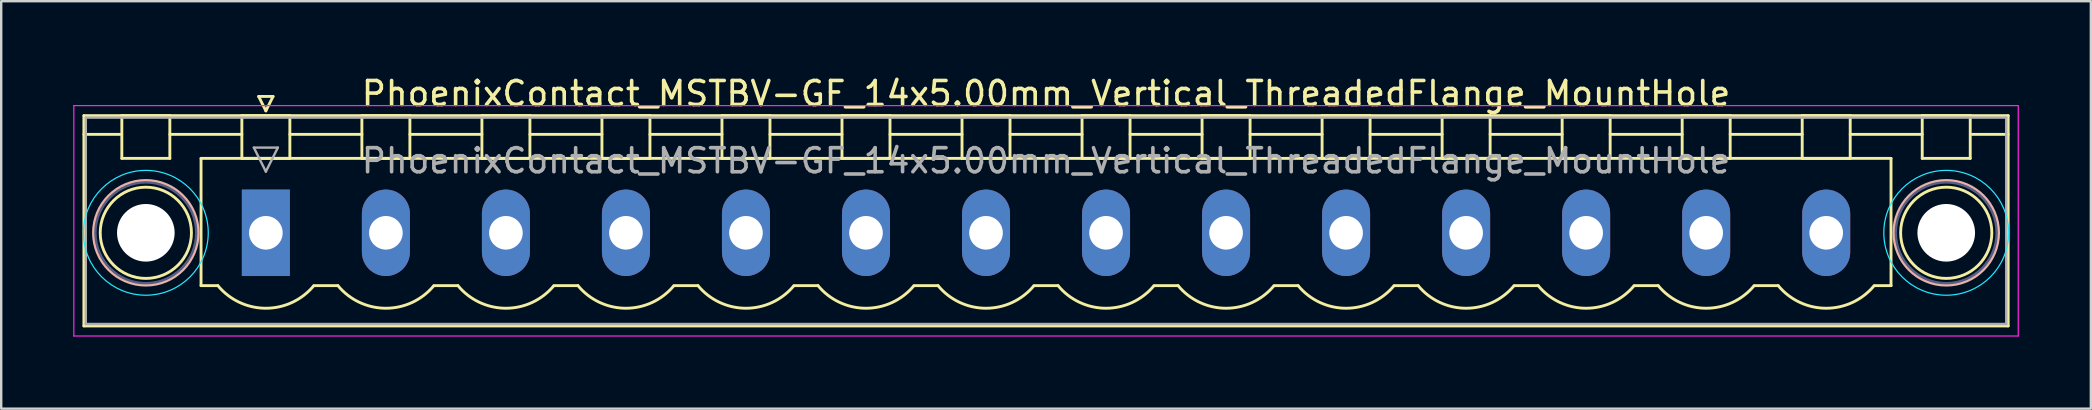
<source format=kicad_pcb>
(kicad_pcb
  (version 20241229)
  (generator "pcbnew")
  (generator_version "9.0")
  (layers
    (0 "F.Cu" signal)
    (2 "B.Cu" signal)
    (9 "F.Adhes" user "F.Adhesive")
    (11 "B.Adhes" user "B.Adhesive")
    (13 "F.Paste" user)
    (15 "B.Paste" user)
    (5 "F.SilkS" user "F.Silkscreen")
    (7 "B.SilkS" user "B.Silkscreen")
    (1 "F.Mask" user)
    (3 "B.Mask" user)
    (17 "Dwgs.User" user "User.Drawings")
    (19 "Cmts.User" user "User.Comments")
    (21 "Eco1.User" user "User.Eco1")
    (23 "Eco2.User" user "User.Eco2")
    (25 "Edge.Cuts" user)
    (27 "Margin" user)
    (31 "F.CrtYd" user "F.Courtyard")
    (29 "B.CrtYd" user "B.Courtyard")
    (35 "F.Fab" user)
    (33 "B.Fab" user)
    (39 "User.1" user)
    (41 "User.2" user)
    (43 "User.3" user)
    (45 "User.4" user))
  (footprint "PhoenixContact_MSTBV-GF_14x5.00mm_Vertical_ThreadedFlange_MountHole"
    (layer "F.Cu")
    (at 8.025 6.648)
    (property "Reference" "PhoenixContact_MSTBV-GF_14x5.00mm_Vertical_ThreadedFlange_MountHole" (at 32.5 -5.8 0) (layer "F.SilkS") (effects (font (size 1 1) (thickness 0.15))))
    (attr through_hole)
    (fp_line (start -7.58 -4.88) (end -7.58 3.88) (stroke (width 0.12) (type solid)) (layer "F.SilkS"))
    (fp_line (start -7.58 -4.1) (end -6.08 -4.1) (stroke (width 0.12) (type solid)) (layer "F.SilkS"))
    (fp_line (start -7.58 3.88) (end 72.58 3.88) (stroke (width 0.12) (type solid)) (layer "F.SilkS"))
    (fp_line (start -6 -4.88) (end -4 -4.88) (stroke (width 0.12) (type solid)) (layer "F.SilkS"))
    (fp_line (start -6 -3.1) (end -6 -4.88) (stroke (width 0.12) (type solid)) (layer "F.SilkS"))
    (fp_line (start -4 -4.88) (end -4 -3.1) (stroke (width 0.12) (type solid)) (layer "F.SilkS"))
    (fp_line (start -4 -4.1) (end -1 -4.1) (stroke (width 0.12) (type solid)) (layer "F.SilkS"))
    (fp_line (start -4 -3.1) (end -6 -3.1) (stroke (width 0.12) (type solid)) (layer "F.SilkS"))
    (fp_line (start -2.7 -3.1) (end 67.7 -3.1) (stroke (width 0.12) (type solid)) (layer "F.SilkS"))
    (fp_line (start -2.7 2.2) (end -2.7 -3.1) (stroke (width 0.12) (type solid)) (layer "F.SilkS"))
    (fp_line (start -2 2.2) (end -2.7 2.2) (stroke (width 0.12) (type solid)) (layer "F.SilkS"))
    (fp_line (start -1 -4.88) (end 1 -4.88) (stroke (width 0.12) (type solid)) (layer "F.SilkS"))
    (fp_line (start -1 -3.1) (end -1 -4.88) (stroke (width 0.12) (type solid)) (layer "F.SilkS"))
    (fp_line (start -0.3 -5.68) (end 0.3 -5.68) (stroke (width 0.12) (type solid)) (layer "F.SilkS"))
    (fp_line (start 0 -5.08) (end -0.3 -5.68) (stroke (width 0.12) (type solid)) (layer "F.SilkS"))
    (fp_line (start 0.3 -5.68) (end 0 -5.08) (stroke (width 0.12) (type solid)) (layer "F.SilkS"))
    (fp_line (start 1 -4.88) (end 1 -3.1) (stroke (width 0.12) (type solid)) (layer "F.SilkS"))
    (fp_line (start 1 -4.1) (end 4 -4.1) (stroke (width 0.12) (type solid)) (layer "F.SilkS"))
    (fp_line (start 1 -3.1) (end -1 -3.1) (stroke (width 0.12) (type solid)) (layer "F.SilkS"))
    (fp_line (start 2 2.2) (end 3 2.2) (stroke (width 0.12) (type solid)) (layer "F.SilkS"))
    (fp_line (start 4 -4.88) (end 6 -4.88) (stroke (width 0.12) (type solid)) (layer "F.SilkS"))
    (fp_line (start 4 -3.1) (end 4 -4.88) (stroke (width 0.12) (type solid)) (layer "F.SilkS"))
    (fp_line (start 6 -4.88) (end 6 -3.1) (stroke (width 0.12) (type solid)) (layer "F.SilkS"))
    (fp_line (start 6 -4.1) (end 9 -4.1) (stroke (width 0.12) (type solid)) (layer "F.SilkS"))
    (fp_line (start 6 -3.1) (end 4 -3.1) (stroke (width 0.12) (type solid)) (layer "F.SilkS"))
    (fp_line (start 7 2.2) (end 8 2.2) (stroke (width 0.12) (type solid)) (layer "F.SilkS"))
    (fp_line (start 9 -4.88) (end 11 -4.88) (stroke (width 0.12) (type solid)) (layer "F.SilkS"))
    (fp_line (start 9 -3.1) (end 9 -4.88) (stroke (width 0.12) (type solid)) (layer "F.SilkS"))
    (fp_line (start 11 -4.88) (end 11 -3.1) (stroke (width 0.12) (type solid)) (layer "F.SilkS"))
    (fp_line (start 11 -4.1) (end 14 -4.1) (stroke (width 0.12) (type solid)) (layer "F.SilkS"))
    (fp_line (start 11 -3.1) (end 9 -3.1) (stroke (width 0.12) (type solid)) (layer "F.SilkS"))
    (fp_line (start 12 2.2) (end 13 2.2) (stroke (width 0.12) (type solid)) (layer "F.SilkS"))
    (fp_line (start 14 -4.88) (end 16 -4.88) (stroke (width 0.12) (type solid)) (layer "F.SilkS"))
    (fp_line (start 14 -3.1) (end 14 -4.88) (stroke (width 0.12) (type solid)) (layer "F.SilkS"))
    (fp_line (start 16 -4.88) (end 16 -3.1) (stroke (width 0.12) (type solid)) (layer "F.SilkS"))
    (fp_line (start 16 -4.1) (end 19 -4.1) (stroke (width 0.12) (type solid)) (layer "F.SilkS"))
    (fp_line (start 16 -3.1) (end 14 -3.1) (stroke (width 0.12) (type solid)) (layer "F.SilkS"))
    (fp_line (start 17 2.2) (end 18 2.2) (stroke (width 0.12) (type solid)) (layer "F.SilkS"))
    (fp_line (start 19 -4.88) (end 21 -4.88) (stroke (width 0.12) (type solid)) (layer "F.SilkS"))
    (fp_line (start 19 -3.1) (end 19 -4.88) (stroke (width 0.12) (type solid)) (layer "F.SilkS"))
    (fp_line (start 21 -4.88) (end 21 -3.1) (stroke (width 0.12) (type solid)) (layer "F.SilkS"))
    (fp_line (start 21 -4.1) (end 24 -4.1) (stroke (width 0.12) (type solid)) (layer "F.SilkS"))
    (fp_line (start 21 -3.1) (end 19 -3.1) (stroke (width 0.12) (type solid)) (layer "F.SilkS"))
    (fp_line (start 22 2.2) (end 23 2.2) (stroke (width 0.12) (type solid)) (layer "F.SilkS"))
    (fp_line (start 24 -4.88) (end 26 -4.88) (stroke (width 0.12) (type solid)) (layer "F.SilkS"))
    (fp_line (start 24 -3.1) (end 24 -4.88) (stroke (width 0.12) (type solid)) (layer "F.SilkS"))
    (fp_line (start 26 -4.88) (end 26 -3.1) (stroke (width 0.12) (type solid)) (layer "F.SilkS"))
    (fp_line (start 26 -4.1) (end 29 -4.1) (stroke (width 0.12) (type solid)) (layer "F.SilkS"))
    (fp_line (start 26 -3.1) (end 24 -3.1) (stroke (width 0.12) (type solid)) (layer "F.SilkS"))
    (fp_line (start 27 2.2) (end 28 2.2) (stroke (width 0.12) (type solid)) (layer "F.SilkS"))
    (fp_line (start 29 -4.88) (end 31 -4.88) (stroke (width 0.12) (type solid)) (layer "F.SilkS"))
    (fp_line (start 29 -3.1) (end 29 -4.88) (stroke (width 0.12) (type solid)) (layer "F.SilkS"))
    (fp_line (start 31 -4.88) (end 31 -3.1) (stroke (width 0.12) (type solid)) (layer "F.SilkS"))
    (fp_line (start 31 -4.1) (end 34 -4.1) (stroke (width 0.12) (type solid)) (layer "F.SilkS"))
    (fp_line (start 31 -3.1) (end 29 -3.1) (stroke (width 0.12) (type solid)) (layer "F.SilkS"))
    (fp_line (start 32 2.2) (end 33 2.2) (stroke (width 0.12) (type solid)) (layer "F.SilkS"))
    (fp_line (start 34 -4.88) (end 36 -4.88) (stroke (width 0.12) (type solid)) (layer "F.SilkS"))
    (fp_line (start 34 -3.1) (end 34 -4.88) (stroke (width 0.12) (type solid)) (layer "F.SilkS"))
    (fp_line (start 36 -4.88) (end 36 -3.1) (stroke (width 0.12) (type solid)) (layer "F.SilkS"))
    (fp_line (start 36 -4.1) (end 39 -4.1) (stroke (width 0.12) (type solid)) (layer "F.SilkS"))
    (fp_line (start 36 -3.1) (end 34 -3.1) (stroke (width 0.12) (type solid)) (layer "F.SilkS"))
    (fp_line (start 37 2.2) (end 38 2.2) (stroke (width 0.12) (type solid)) (layer "F.SilkS"))
    (fp_line (start 39 -4.88) (end 41 -4.88) (stroke (width 0.12) (type solid)) (layer "F.SilkS"))
    (fp_line (start 39 -3.1) (end 39 -4.88) (stroke (width 0.12) (type solid)) (layer "F.SilkS"))
    (fp_line (start 41 -4.88) (end 41 -3.1) (stroke (width 0.12) (type solid)) (layer "F.SilkS"))
    (fp_line (start 41 -4.1) (end 44 -4.1) (stroke (width 0.12) (type solid)) (layer "F.SilkS"))
    (fp_line (start 41 -3.1) (end 39 -3.1) (stroke (width 0.12) (type solid)) (layer "F.SilkS"))
    (fp_line (start 42 2.2) (end 43 2.2) (stroke (width 0.12) (type solid)) (layer "F.SilkS"))
    (fp_line (start 44 -4.88) (end 46 -4.88) (stroke (width 0.12) (type solid)) (layer "F.SilkS"))
    (fp_line (start 44 -3.1) (end 44 -4.88) (stroke (width 0.12) (type solid)) (layer "F.SilkS"))
    (fp_line (start 46 -4.88) (end 46 -3.1) (stroke (width 0.12) (type solid)) (layer "F.SilkS"))
    (fp_line (start 46 -4.1) (end 49 -4.1) (stroke (width 0.12) (type solid)) (layer "F.SilkS"))
    (fp_line (start 46 -3.1) (end 44 -3.1) (stroke (width 0.12) (type solid)) (layer "F.SilkS"))
    (fp_line (start 47 2.2) (end 48 2.2) (stroke (width 0.12) (type solid)) (layer "F.SilkS"))
    (fp_line (start 49 -4.88) (end 51 -4.88) (stroke (width 0.12) (type solid)) (layer "F.SilkS"))
    (fp_line (start 49 -3.1) (end 49 -4.88) (stroke (width 0.12) (type solid)) (layer "F.SilkS"))
    (fp_line (start 51 -4.88) (end 51 -3.1) (stroke (width 0.12) (type solid)) (layer "F.SilkS"))
    (fp_line (start 51 -4.1) (end 54 -4.1) (stroke (width 0.12) (type solid)) (layer "F.SilkS"))
    (fp_line (start 51 -3.1) (end 49 -3.1) (stroke (width 0.12) (type solid)) (layer "F.SilkS"))
    (fp_line (start 52 2.2) (end 53 2.2) (stroke (width 0.12) (type solid)) (layer "F.SilkS"))
    (fp_line (start 54 -4.88) (end 56 -4.88) (stroke (width 0.12) (type solid)) (layer "F.SilkS"))
    (fp_line (start 54 -3.1) (end 54 -4.88) (stroke (width 0.12) (type solid)) (layer "F.SilkS"))
    (fp_line (start 56 -4.88) (end 56 -3.1) (stroke (width 0.12) (type solid)) (layer "F.SilkS"))
    (fp_line (start 56 -4.1) (end 59 -4.1) (stroke (width 0.12) (type solid)) (layer "F.SilkS"))
    (fp_line (start 56 -3.1) (end 54 -3.1) (stroke (width 0.12) (type solid)) (layer "F.SilkS"))
    (fp_line (start 57 2.2) (end 58 2.2) (stroke (width 0.12) (type solid)) (layer "F.SilkS"))
    (fp_line (start 59 -4.88) (end 61 -4.88) (stroke (width 0.12) (type solid)) (layer "F.SilkS"))
    (fp_line (start 59 -3.1) (end 59 -4.88) (stroke (width 0.12) (type solid)) (layer "F.SilkS"))
    (fp_line (start 61 -4.88) (end 61 -3.1) (stroke (width 0.12) (type solid)) (layer "F.SilkS"))
    (fp_line (start 61 -4.1) (end 64 -4.1) (stroke (width 0.12) (type solid)) (layer "F.SilkS"))
    (fp_line (start 61 -3.1) (end 59 -3.1) (stroke (width 0.12) (type solid)) (layer "F.SilkS"))
    (fp_line (start 62 2.2) (end 63 2.2) (stroke (width 0.12) (type solid)) (layer "F.SilkS"))
    (fp_line (start 64 -4.88) (end 66 -4.88) (stroke (width 0.12) (type solid)) (layer "F.SilkS"))
    (fp_line (start 64 -3.1) (end 64 -4.88) (stroke (width 0.12) (type solid)) (layer "F.SilkS"))
    (fp_line (start 66 -4.88) (end 66 -3.1) (stroke (width 0.12) (type solid)) (layer "F.SilkS"))
    (fp_line (start 66 -4.1) (end 69 -4.1) (stroke (width 0.12) (type solid)) (layer "F.SilkS"))
    (fp_line (start 66 -3.1) (end 64 -3.1) (stroke (width 0.12) (type solid)) (layer "F.SilkS"))
    (fp_line (start 67.7 -3.1) (end 67.7 2.2) (stroke (width 0.12) (type solid)) (layer "F.SilkS"))
    (fp_line (start 67.7 2.2) (end 67 2.2) (stroke (width 0.12) (type solid)) (layer "F.SilkS"))
    (fp_line (start 69 -4.88) (end 71 -4.88) (stroke (width 0.12) (type solid)) (layer "F.SilkS"))
    (fp_line (start 69 -3.1) (end 69 -4.88) (stroke (width 0.12) (type solid)) (layer "F.SilkS"))
    (fp_line (start 71 -4.88) (end 71 -3.1) (stroke (width 0.12) (type solid)) (layer "F.SilkS"))
    (fp_line (start 71 -3.1) (end 69 -3.1) (stroke (width 0.12) (type solid)) (layer "F.SilkS"))
    (fp_line (start 72.58 -4.88) (end -7.58 -4.88) (stroke (width 0.12) (type solid)) (layer "F.SilkS"))
    (fp_line (start 72.58 -4.1) (end 71.08 -4.1) (stroke (width 0.12) (type solid)) (layer "F.SilkS"))
    (fp_line (start 72.58 3.88) (end 72.58 -4.88) (stroke (width 0.12) (type solid)) (layer "F.SilkS"))
    (fp_arc (start 1.986842 2.215821) (mid -0.010289 3.142758) (end -2 2.2) (stroke (width 0.12) (type solid)) (layer "F.SilkS"))
    (fp_arc (start 6.986842 2.215821) (mid 4.989711 3.142758) (end 3 2.2) (stroke (width 0.12) (type solid)) (layer "F.SilkS"))
    (fp_arc (start 11.986842 2.215821) (mid 9.989711 3.142758) (end 8 2.2) (stroke (width 0.12) (type solid)) (layer "F.SilkS"))
    (fp_arc (start 16.986842 2.215821) (mid 14.989711 3.142758) (end 13 2.2) (stroke (width 0.12) (type solid)) (layer "F.SilkS"))
    (fp_arc (start 21.986842 2.215821) (mid 19.989711 3.142758) (end 18 2.2) (stroke (width 0.12) (type solid)) (layer "F.SilkS"))
    (fp_arc (start 26.986842 2.215821) (mid 24.989711 3.142758) (end 23 2.2) (stroke (width 0.12) (type solid)) (layer "F.SilkS"))
    (fp_arc (start 31.986842 2.215821) (mid 29.989711 3.142758) (end 28 2.2) (stroke (width 0.12) (type solid)) (layer "F.SilkS"))
    (fp_arc (start 36.986842 2.215821) (mid 34.989711 3.142758) (end 33 2.2) (stroke (width 0.12) (type solid)) (layer "F.SilkS"))
    (fp_arc (start 41.986842 2.215821) (mid 39.989711 3.142758) (end 38 2.2) (stroke (width 0.12) (type solid)) (layer "F.SilkS"))
    (fp_arc (start 46.986842 2.215821) (mid 44.989711 3.142758) (end 43 2.2) (stroke (width 0.12) (type solid)) (layer "F.SilkS"))
    (fp_arc (start 51.986842 2.215821) (mid 49.989711 3.142758) (end 48 2.2) (stroke (width 0.12) (type solid)) (layer "F.SilkS"))
    (fp_arc (start 56.986842 2.215821) (mid 54.989711 3.142758) (end 53 2.2) (stroke (width 0.12) (type solid)) (layer "F.SilkS"))
    (fp_arc (start 61.986842 2.215821) (mid 59.989711 3.142758) (end 58 2.2) (stroke (width 0.12) (type solid)) (layer "F.SilkS"))
    (fp_arc (start 66.986842 2.215821) (mid 64.989711 3.142758) (end 63 2.2) (stroke (width 0.12) (type solid)) (layer "F.SilkS"))
    (fp_circle (center -5 0) (end -3.1 0) (stroke (width 0.12) (type solid)) (fill no) (layer "F.SilkS"))
    (fp_circle (center 70 0) (end 71.9 0) (stroke (width 0.12) (type solid)) (fill no) (layer "F.SilkS"))
    (fp_circle (center -5 0) (end -2.82 0) (stroke (width 0.12) (type solid)) (fill no) (layer "B.SilkS"))
    (fp_circle (center 70 0) (end 72.18 0) (stroke (width 0.12) (type solid)) (fill no) (layer "B.SilkS"))
    (fp_circle (center -5 0) (end -2.4 0) (stroke (width 0.05) (type solid)) (fill no) (layer "B.CrtYd"))
    (fp_circle (center 70 0) (end 72.6 0) (stroke (width 0.05) (type solid)) (fill no) (layer "B.CrtYd"))
    (fp_line (start -8 -5.3) (end -8 4.3) (stroke (width 0.05) (type solid)) (layer "F.CrtYd"))
    (fp_line (start -8 4.3) (end 73 4.3) (stroke (width 0.05) (type solid)) (layer "F.CrtYd"))
    (fp_line (start 73 -5.3) (end -8 -5.3) (stroke (width 0.05) (type solid)) (layer "F.CrtYd"))
    (fp_line (start 73 4.3) (end 73 -5.3) (stroke (width 0.05) (type solid)) (layer "F.CrtYd"))
    (fp_circle (center -5 0) (end -2.9 0) (stroke (width 0.1) (type solid)) (fill no) (layer "B.Fab"))
    (fp_circle (center 70 0) (end 72.1 0) (stroke (width 0.1) (type solid)) (fill no) (layer "B.Fab"))
    (fp_line (start -7.5 -4.8) (end -7.5 3.8) (stroke (width 0.1) (type solid)) (layer "F.Fab"))
    (fp_line (start -7.5 3.8) (end 72.5 3.8) (stroke (width 0.1) (type solid)) (layer "F.Fab"))
    (fp_line (start -0.5 -3.55) (end 0.5 -3.55) (stroke (width 0.1) (type solid)) (layer "F.Fab"))
    (fp_line (start 0 -2.55) (end -0.5 -3.55) (stroke (width 0.1) (type solid)) (layer "F.Fab"))
    (fp_line (start 0.5 -3.55) (end 0 -2.55) (stroke (width 0.1) (type solid)) (layer "F.Fab"))
    (fp_line (start 72.5 -4.8) (end -7.5 -4.8) (stroke (width 0.1) (type solid)) (layer "F.Fab"))
    (fp_line (start 72.5 3.8) (end 72.5 -4.8) (stroke (width 0.1) (type solid)) (layer "F.Fab"))
    (fp_text user "${REFERENCE}" (at 32.5 -3 0) (layer "F.Fab") (effects (font (size 1 1) (thickness 0.15))))
    (pad "" np_thru_hole circle (at -5 0) (size 2.4 2.4) (drill 2.4) (layers "*.Cu" "*.Mask"))
    (pad "" np_thru_hole circle (at 70 0) (size 2.4 2.4) (drill 2.4) (layers "*.Cu" "*.Mask"))
    (pad "1" thru_hole rect (at 0 0) (size 2 3.6) (drill 1.4) (layers "*.Cu" "*.Mask"))
    (pad "2" thru_hole oval (at 5 0) (size 2 3.6) (drill 1.4) (layers "*.Cu" "*.Mask"))
    (pad "3" thru_hole oval (at 10 0) (size 2 3.6) (drill 1.4) (layers "*.Cu" "*.Mask"))
    (pad "4" thru_hole oval (at 15 0) (size 2 3.6) (drill 1.4) (layers "*.Cu" "*.Mask"))
    (pad "5" thru_hole oval (at 20 0) (size 2 3.6) (drill 1.4) (layers "*.Cu" "*.Mask"))
    (pad "6" thru_hole oval (at 25 0) (size 2 3.6) (drill 1.4) (layers "*.Cu" "*.Mask"))
    (pad "7" thru_hole oval (at 30 0) (size 2 3.6) (drill 1.4) (layers "*.Cu" "*.Mask"))
    (pad "8" thru_hole oval (at 35 0) (size 2 3.6) (drill 1.4) (layers "*.Cu" "*.Mask"))
    (pad "9" thru_hole oval (at 40 0) (size 2 3.6) (drill 1.4) (layers "*.Cu" "*.Mask"))
    (pad "10" thru_hole oval (at 45 0) (size 2 3.6) (drill 1.4) (layers "*.Cu" "*.Mask"))
    (pad "11" thru_hole oval (at 50 0) (size 2 3.6) (drill 1.4) (layers "*.Cu" "*.Mask"))
    (pad "12" thru_hole oval (at 55 0) (size 2 3.6) (drill 1.4) (layers "*.Cu" "*.Mask"))
    (pad "13" thru_hole oval (at 60 0) (size 2 3.6) (drill 1.4) (layers "*.Cu" "*.Mask"))
    (pad "14" thru_hole oval (at 65 0) (size 2 3.6) (drill 1.4) (layers "*.Cu" "*.Mask")))
  (gr_rect
    (start -3 -3)
    (end 84.05 13.973)
    (stroke (width 0.1) (type default))
    (fill no)
    (layer "Edge.Cuts")))
</source>
